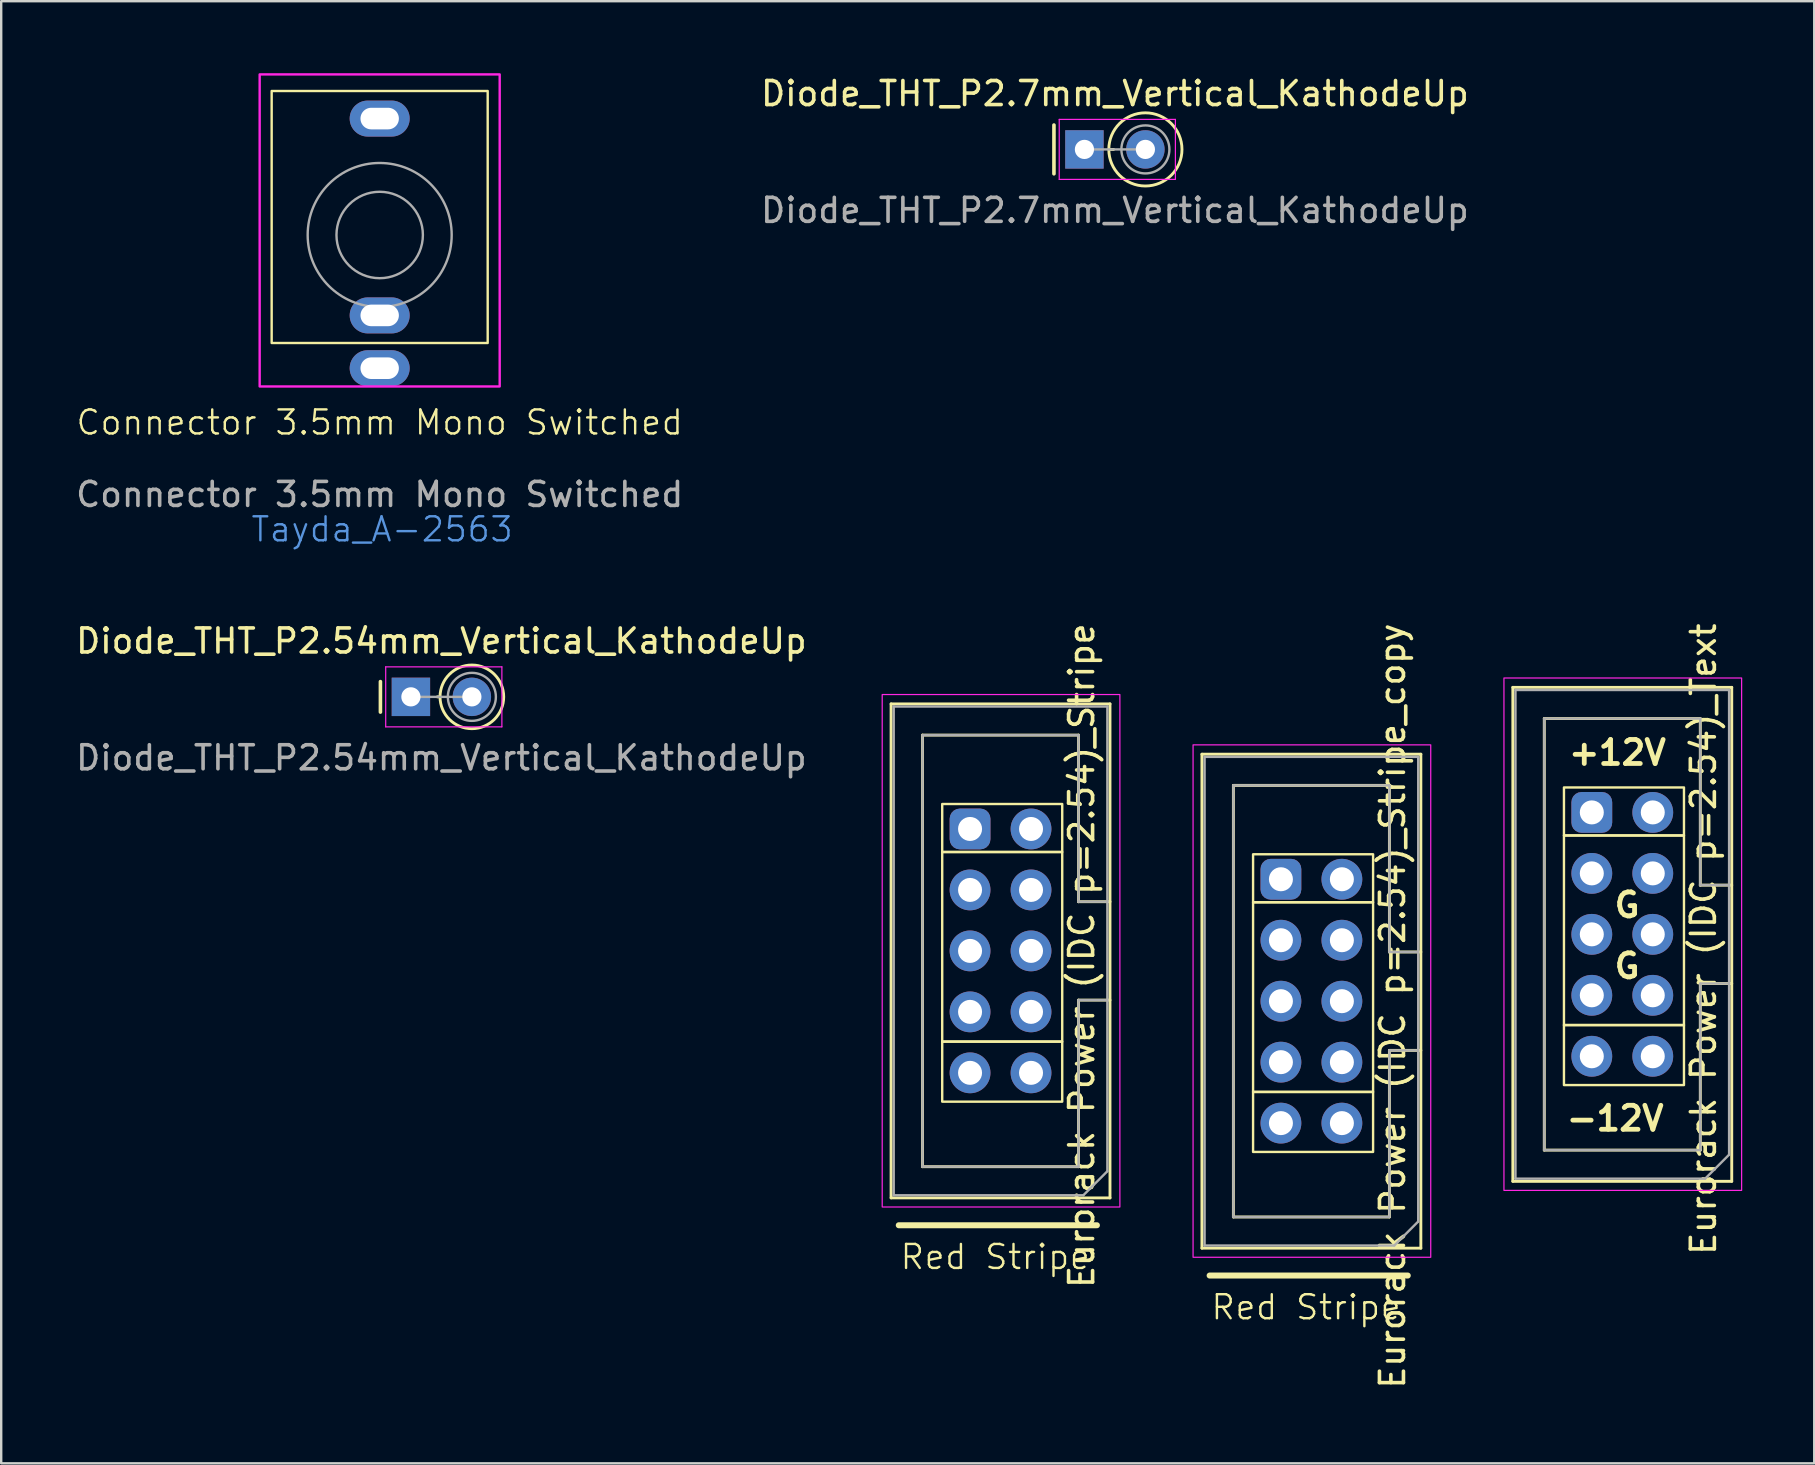
<source format=kicad_pcb>
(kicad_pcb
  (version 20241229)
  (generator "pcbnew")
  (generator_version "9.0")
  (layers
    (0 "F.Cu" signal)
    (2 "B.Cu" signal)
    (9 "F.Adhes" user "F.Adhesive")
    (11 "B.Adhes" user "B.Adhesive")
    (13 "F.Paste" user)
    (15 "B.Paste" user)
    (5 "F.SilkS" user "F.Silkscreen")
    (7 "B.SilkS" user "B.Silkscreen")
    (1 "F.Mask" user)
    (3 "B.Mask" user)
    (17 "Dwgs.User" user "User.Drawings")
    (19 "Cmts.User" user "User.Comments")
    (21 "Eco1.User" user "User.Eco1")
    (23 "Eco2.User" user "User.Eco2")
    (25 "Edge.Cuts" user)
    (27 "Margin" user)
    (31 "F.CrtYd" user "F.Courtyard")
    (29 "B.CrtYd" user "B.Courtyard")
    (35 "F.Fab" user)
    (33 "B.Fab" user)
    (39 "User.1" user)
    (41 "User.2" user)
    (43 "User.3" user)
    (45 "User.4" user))
  (footprint "Eurorack Power (IDC p=2.54)_Stripe"
    (layer "F.Cu")
    (at 38.204 31.486)
    (property "Reference" "Eurorack Power (IDC p=2.54)_Stripe" (at 3.81 5.28 270) (layer "F.SilkS") (effects (font (size 1 1) (thickness 0.15))))
    (attr through_hole)
    (fp_line (start -4.13 -5.21) (end 4.99 -5.21) (stroke (width 0.12) (type solid)) (layer "F.SilkS"))
    (fp_line (start -4.13 15.37) (end -4.13 -5.21) (stroke (width 0.12) (type solid)) (layer "F.SilkS"))
    (fp_line (start -3.81 16.51) (end 4.445 16.51) (stroke (width 0.25) (type default)) (layer "F.SilkS"))
    (fp_line (start -2.82 -3.91) (end 3.68 -3.91) (stroke (width 0.12) (type solid)) (layer "F.SilkS"))
    (fp_line (start -2.82 14.07) (end -2.82 -3.91) (stroke (width 0.12) (type solid)) (layer "F.SilkS"))
    (fp_line (start 3.68 -3.91) (end 3.68 3.03) (stroke (width 0.12) (type solid)) (layer "F.SilkS"))
    (fp_line (start 3.68 3.03) (end 3.68 3.03) (stroke (width 0.12) (type solid)) (layer "F.SilkS"))
    (fp_line (start 3.68 3.03) (end 4.99 3.03) (stroke (width 0.12) (type solid)) (layer "F.SilkS"))
    (fp_line (start 3.68 7.13) (end 3.68 14.07) (stroke (width 0.12) (type solid)) (layer "F.SilkS"))
    (fp_line (start 3.68 14.07) (end -2.82 14.07) (stroke (width 0.12) (type solid)) (layer "F.SilkS"))
    (fp_line (start 4.99 -5.21) (end 4.99 15.37) (stroke (width 0.12) (type solid)) (layer "F.SilkS"))
    (fp_line (start 4.99 7.13) (end 3.68 7.13) (stroke (width 0.12) (type solid)) (layer "F.SilkS"))
    (fp_line (start 4.99 15.37) (end -4.13 15.37) (stroke (width 0.12) (type solid)) (layer "F.SilkS"))
    (fp_rect (start 3 0.96) (end -2 -1.04) (stroke (width 0.1) (type default)) (fill no) (layer "F.SilkS"))
    (fp_rect (start 3 8.86) (end -2 0.96) (stroke (width 0.1) (type default)) (fill no) (layer "F.SilkS"))
    (fp_rect (start 3 11.36) (end -2 8.86) (stroke (width 0.1) (type default)) (fill no) (layer "F.SilkS"))
    (fp_rect (start -4.5 -5.6) (end 5.402 15.749) (stroke (width 0.05) (type default)) (fill no) (layer "F.CrtYd"))
    (fp_line (start -4.02 -5.1) (end 4.88 -5.1) (stroke (width 0.1) (type solid)) (layer "F.Fab"))
    (fp_line (start -4.02 15.26) (end -4.02 -5.1) (stroke (width 0.1) (type solid)) (layer "F.Fab"))
    (fp_line (start -2.82 -3.91) (end 3.68 -3.91) (stroke (width 0.1) (type solid)) (layer "F.Fab"))
    (fp_line (start -2.82 14.07) (end -2.82 -3.91) (stroke (width 0.1) (type solid)) (layer "F.Fab"))
    (fp_line (start 3.68 -3.91) (end 3.68 3.03) (stroke (width 0.1) (type solid)) (layer "F.Fab"))
    (fp_line (start 3.68 3.03) (end 3.68 3.03) (stroke (width 0.1) (type solid)) (layer "F.Fab"))
    (fp_line (start 3.68 3.03) (end 4.88 3.03) (stroke (width 0.1) (type solid)) (layer "F.Fab"))
    (fp_line (start 3.68 7.13) (end 3.68 14.07) (stroke (width 0.1) (type solid)) (layer "F.Fab"))
    (fp_line (start 3.68 14.07) (end -2.82 14.07) (stroke (width 0.1) (type solid)) (layer "F.Fab"))
    (fp_line (start 3.88 15.26) (end -4.02 15.26) (stroke (width 0.1) (type solid)) (layer "F.Fab"))
    (fp_line (start 4.88 -5.1) (end 4.88 14.26) (stroke (width 0.1) (type solid)) (layer "F.Fab"))
    (fp_line (start 4.88 7.13) (end 3.68 7.13) (stroke (width 0.1) (type solid)) (layer "F.Fab"))
    (fp_line (start 4.88 14.26) (end 3.88 15.26) (stroke (width 0.1) (type solid)) (layer "F.Fab"))
    (fp_text user "Red Stripe" (at -3.81 18.415 0) (unlocked yes) (layer "F.SilkS") (effects (font (size 1 1) (thickness 0.1)) (justify left bottom)))
    (pad "1" thru_hole roundrect (at -0.84 0 180) (size 1.7 1.7) (drill 1) (layers "*.Cu" "*.Mask") (roundrect_rratio 0.25))
    (pad "2" thru_hole circle (at 1.7 0 180) (size 1.7 1.7) (drill 1) (layers "*.Cu" "*.Mask"))
    (pad "3" thru_hole circle (at -0.84 2.54 180) (size 1.7 1.7) (drill 1) (layers "*.Cu" "*.Mask"))
    (pad "4" thru_hole circle (at 1.7 2.54 180) (size 1.7 1.7) (drill 1) (layers "*.Cu" "*.Mask"))
    (pad "5" thru_hole circle (at -0.84 5.08 180) (size 1.7 1.7) (drill 1) (layers "*.Cu" "*.Mask"))
    (pad "6" thru_hole circle (at 1.7 5.08 180) (size 1.7 1.7) (drill 1) (layers "*.Cu" "*.Mask"))
    (pad "7" thru_hole circle (at -0.84 7.62 180) (size 1.7 1.7) (drill 1) (layers "*.Cu" "*.Mask"))
    (pad "8" thru_hole circle (at 1.7 7.62 180) (size 1.7 1.7) (drill 1) (layers "*.Cu" "*.Mask"))
    (pad "9" thru_hole circle (at -0.84 10.16 180) (size 1.7 1.7) (drill 1) (layers "*.Cu" "*.Mask"))
    (pad "10" thru_hole circle (at 1.7 10.16 180) (size 1.7 1.7) (drill 1) (layers "*.Cu" "*.Mask")))
  (footprint "Eurorack Power (IDC p=2.54)_Text"
    (layer "F.Cu")
    (at 64.107 30.796)
    (property "Reference" "Eurorack Power (IDC p=2.54)_Text" (at 3.81 5.28 270) (layer "F.SilkS") (effects (font (size 1 1) (thickness 0.15))))
    (attr through_hole)
    (fp_line (start -4.13 -5.21) (end 4.99 -5.21) (stroke (width 0.12) (type solid)) (layer "F.SilkS"))
    (fp_line (start -4.13 15.37) (end -4.13 -5.21) (stroke (width 0.12) (type solid)) (layer "F.SilkS"))
    (fp_line (start -2.82 -3.91) (end 3.68 -3.91) (stroke (width 0.12) (type solid)) (layer "F.SilkS"))
    (fp_line (start -2.82 14.07) (end -2.82 -3.91) (stroke (width 0.12) (type solid)) (layer "F.SilkS"))
    (fp_line (start 3.68 -3.91) (end 3.68 3.03) (stroke (width 0.12) (type solid)) (layer "F.SilkS"))
    (fp_line (start 3.68 3.03) (end 3.68 3.03) (stroke (width 0.12) (type solid)) (layer "F.SilkS"))
    (fp_line (start 3.68 3.03) (end 4.99 3.03) (stroke (width 0.12) (type solid)) (layer "F.SilkS"))
    (fp_line (start 3.68 7.13) (end 3.68 14.07) (stroke (width 0.12) (type solid)) (layer "F.SilkS"))
    (fp_line (start 3.68 14.07) (end -2.82 14.07) (stroke (width 0.12) (type solid)) (layer "F.SilkS"))
    (fp_line (start 4.99 -5.21) (end 4.99 15.37) (stroke (width 0.12) (type solid)) (layer "F.SilkS"))
    (fp_line (start 4.99 7.13) (end 3.68 7.13) (stroke (width 0.12) (type solid)) (layer "F.SilkS"))
    (fp_line (start 4.99 15.37) (end -4.13 15.37) (stroke (width 0.12) (type solid)) (layer "F.SilkS"))
    (fp_rect (start 3 0.96) (end -2 -1.04) (stroke (width 0.1) (type default)) (fill no) (layer "F.SilkS"))
    (fp_rect (start 3 8.86) (end -2 0.96) (stroke (width 0.1) (type default)) (fill no) (layer "F.SilkS"))
    (fp_rect (start 3 11.36) (end -2 8.86) (stroke (width 0.1) (type default)) (fill no) (layer "F.SilkS"))
    (fp_rect (start -4.5 -5.6) (end 5.402 15.749) (stroke (width 0.05) (type default)) (fill no) (layer "F.CrtYd"))
    (fp_line (start -4.02 -5.1) (end 4.88 -5.1) (stroke (width 0.1) (type solid)) (layer "F.Fab"))
    (fp_line (start -4.02 15.26) (end -4.02 -5.1) (stroke (width 0.1) (type solid)) (layer "F.Fab"))
    (fp_line (start -2.82 -3.91) (end 3.68 -3.91) (stroke (width 0.1) (type solid)) (layer "F.Fab"))
    (fp_line (start -2.82 14.07) (end -2.82 -3.91) (stroke (width 0.1) (type solid)) (layer "F.Fab"))
    (fp_line (start 3.68 -3.91) (end 3.68 3.03) (stroke (width 0.1) (type solid)) (layer "F.Fab"))
    (fp_line (start 3.68 3.03) (end 3.68 3.03) (stroke (width 0.1) (type solid)) (layer "F.Fab"))
    (fp_line (start 3.68 3.03) (end 4.88 3.03) (stroke (width 0.1) (type solid)) (layer "F.Fab"))
    (fp_line (start 3.68 7.13) (end 3.68 14.07) (stroke (width 0.1) (type solid)) (layer "F.Fab"))
    (fp_line (start 3.68 14.07) (end -2.82 14.07) (stroke (width 0.1) (type solid)) (layer "F.Fab"))
    (fp_line (start 3.88 15.26) (end -4.02 15.26) (stroke (width 0.1) (type solid)) (layer "F.Fab"))
    (fp_line (start 4.88 -5.1) (end 4.88 14.26) (stroke (width 0.1) (type solid)) (layer "F.Fab"))
    (fp_line (start 4.88 7.13) (end 3.68 7.13) (stroke (width 0.1) (type solid)) (layer "F.Fab"))
    (fp_line (start 4.88 14.26) (end 3.88 15.26) (stroke (width 0.1) (type solid)) (layer "F.Fab"))
    (fp_text user "G" (at 0 6.985 0) (unlocked yes) (layer "F.SilkS") (effects (font (size 1 1) (thickness 0.2) (bold yes)) (justify left bottom)))
    (fp_text user "G" (at 0 4.445 0) (unlocked yes) (layer "F.SilkS") (effects (font (size 1 1) (thickness 0.2) (bold yes)) (justify left bottom)))
    (fp_text user "-12V" (at -2 13.335 0) (unlocked yes) (layer "F.SilkS") (effects (font (size 1 1) (thickness 0.2) (bold yes)) (justify left bottom)))
    (fp_text user "+12V" (at -1.905 -1.905 0) (unlocked yes) (layer "F.SilkS") (effects (font (size 1 1) (thickness 0.2) (bold yes)) (justify left bottom)))
    (pad "1" thru_hole roundrect (at -0.84 0 180) (size 1.7 1.7) (drill 1) (layers "*.Cu" "*.Mask") (roundrect_rratio 0.25))
    (pad "2" thru_hole circle (at 1.7 0 180) (size 1.7 1.7) (drill 1) (layers "*.Cu" "*.Mask"))
    (pad "3" thru_hole circle (at -0.84 2.54 180) (size 1.7 1.7) (drill 1) (layers "*.Cu" "*.Mask"))
    (pad "4" thru_hole circle (at 1.7 2.54 180) (size 1.7 1.7) (drill 1) (layers "*.Cu" "*.Mask"))
    (pad "5" thru_hole circle (at -0.84 5.08 180) (size 1.7 1.7) (drill 1) (layers "*.Cu" "*.Mask"))
    (pad "6" thru_hole circle (at 1.7 5.08 180) (size 1.7 1.7) (drill 1) (layers "*.Cu" "*.Mask"))
    (pad "7" thru_hole circle (at -0.84 7.62 180) (size 1.7 1.7) (drill 1) (layers "*.Cu" "*.Mask"))
    (pad "8" thru_hole circle (at 1.7 7.62 180) (size 1.7 1.7) (drill 1) (layers "*.Cu" "*.Mask"))
    (pad "9" thru_hole circle (at -0.84 10.16 180) (size 1.7 1.7) (drill 1) (layers "*.Cu" "*.Mask"))
    (pad "10" thru_hole circle (at 1.7 10.16 180) (size 1.7 1.7) (drill 1) (layers "*.Cu" "*.Mask")))
  (footprint "Diode_THT_P2.54mm_Vertical_KathodeUp"
    (layer "F.Cu")
    (at 14.069 25.982)
    (property "Reference" "Diode_THT_P2.54mm_Vertical_KathodeUp" (at 1.27 -2.326 0) (layer "F.SilkS") (effects (font (size 1 1) (thickness 0.15))))
    (attr through_hole)
    (fp_line (start -1.27 -0.635) (end -1.27 0.635) (stroke (width 0.15) (type default)) (layer "F.SilkS"))
    (fp_line (start 1.214 0) (end 1.1 0) (stroke (width 0.12) (type solid)) (layer "F.SilkS"))
    (fp_circle (center 2.54 0) (end 3.866 0) (stroke (width 0.12) (type solid)) (fill no) (layer "F.SilkS"))
    (fp_line (start -1.05 -1.25) (end -1.05 1.25) (stroke (width 0.05) (type solid)) (layer "F.CrtYd"))
    (fp_line (start -1.05 1.25) (end 3.79 1.25) (stroke (width 0.05) (type solid)) (layer "F.CrtYd"))
    (fp_line (start 3.79 -1.25) (end -1.05 -1.25) (stroke (width 0.05) (type solid)) (layer "F.CrtYd"))
    (fp_line (start 3.79 1.25) (end 3.79 -1.25) (stroke (width 0.05) (type solid)) (layer "F.CrtYd"))
    (fp_line (start 0 0) (end 2.54 0) (stroke (width 0.1) (type solid)) (layer "F.Fab"))
    (fp_circle (center 2.54 0) (end 3.54 0) (stroke (width 0.1) (type solid)) (fill no) (layer "F.Fab"))
    (fp_text user "${REFERENCE}" (at 1.27 2.54 0) (layer "F.Fab") (effects (font (size 1 1) (thickness 0.15))))
    (pad "1" thru_hole rect (at 0 0) (size 1.6 1.6) (drill 0.8) (layers "*.Cu" "*.Mask"))
    (pad "2" thru_hole oval (at 2.54 0) (size 1.6 1.6) (drill 0.8) (layers "*.Cu" "*.Mask")))
  (footprint "Eurorack Power (IDC p=2.54)_Stripe_copy"
    (layer "F.Cu")
    (at 51.155 33.581)
    (property "Reference" "Eurorack Power (IDC p=2.54)_Stripe_copy" (at 3.81 5.28 270) (layer "F.SilkS") (effects (font (size 1 1) (thickness 0.15))))
    (attr through_hole)
    (fp_line (start -4.13 -5.21) (end 4.99 -5.21) (stroke (width 0.12) (type solid)) (layer "F.SilkS"))
    (fp_line (start -4.13 15.37) (end -4.13 -5.21) (stroke (width 0.12) (type solid)) (layer "F.SilkS"))
    (fp_line (start -3.81 16.51) (end 4.445 16.51) (stroke (width 0.25) (type default)) (layer "F.SilkS"))
    (fp_line (start -2.82 -3.91) (end 3.68 -3.91) (stroke (width 0.12) (type solid)) (layer "F.SilkS"))
    (fp_line (start -2.82 14.07) (end -2.82 -3.91) (stroke (width 0.12) (type solid)) (layer "F.SilkS"))
    (fp_line (start 3.68 -3.91) (end 3.68 3.03) (stroke (width 0.12) (type solid)) (layer "F.SilkS"))
    (fp_line (start 3.68 3.03) (end 3.68 3.03) (stroke (width 0.12) (type solid)) (layer "F.SilkS"))
    (fp_line (start 3.68 3.03) (end 4.99 3.03) (stroke (width 0.12) (type solid)) (layer "F.SilkS"))
    (fp_line (start 3.68 7.13) (end 3.68 14.07) (stroke (width 0.12) (type solid)) (layer "F.SilkS"))
    (fp_line (start 3.68 14.07) (end -2.82 14.07) (stroke (width 0.12) (type solid)) (layer "F.SilkS"))
    (fp_line (start 4.99 -5.21) (end 4.99 15.37) (stroke (width 0.12) (type solid)) (layer "F.SilkS"))
    (fp_line (start 4.99 7.13) (end 3.68 7.13) (stroke (width 0.12) (type solid)) (layer "F.SilkS"))
    (fp_line (start 4.99 15.37) (end -4.13 15.37) (stroke (width 0.12) (type solid)) (layer "F.SilkS"))
    (fp_rect (start 3 0.96) (end -2 -1.04) (stroke (width 0.1) (type default)) (fill no) (layer "F.SilkS"))
    (fp_rect (start 3 8.86) (end -2 0.96) (stroke (width 0.1) (type default)) (fill no) (layer "F.SilkS"))
    (fp_rect (start 3 11.36) (end -2 8.86) (stroke (width 0.1) (type default)) (fill no) (layer "F.SilkS"))
    (fp_rect (start -4.5 -5.6) (end 5.402 15.749) (stroke (width 0.05) (type default)) (fill no) (layer "F.CrtYd"))
    (fp_line (start -4.02 -5.1) (end 4.88 -5.1) (stroke (width 0.1) (type solid)) (layer "F.Fab"))
    (fp_line (start -4.02 15.26) (end -4.02 -5.1) (stroke (width 0.1) (type solid)) (layer "F.Fab"))
    (fp_line (start -2.82 -3.91) (end 3.68 -3.91) (stroke (width 0.1) (type solid)) (layer "F.Fab"))
    (fp_line (start -2.82 14.07) (end -2.82 -3.91) (stroke (width 0.1) (type solid)) (layer "F.Fab"))
    (fp_line (start 3.68 -3.91) (end 3.68 3.03) (stroke (width 0.1) (type solid)) (layer "F.Fab"))
    (fp_line (start 3.68 3.03) (end 3.68 3.03) (stroke (width 0.1) (type solid)) (layer "F.Fab"))
    (fp_line (start 3.68 3.03) (end 4.88 3.03) (stroke (width 0.1) (type solid)) (layer "F.Fab"))
    (fp_line (start 3.68 7.13) (end 3.68 14.07) (stroke (width 0.1) (type solid)) (layer "F.Fab"))
    (fp_line (start 3.68 14.07) (end -2.82 14.07) (stroke (width 0.1) (type solid)) (layer "F.Fab"))
    (fp_line (start 3.88 15.26) (end -4.02 15.26) (stroke (width 0.1) (type solid)) (layer "F.Fab"))
    (fp_line (start 4.88 -5.1) (end 4.88 14.26) (stroke (width 0.1) (type solid)) (layer "F.Fab"))
    (fp_line (start 4.88 7.13) (end 3.68 7.13) (stroke (width 0.1) (type solid)) (layer "F.Fab"))
    (fp_line (start 4.88 14.26) (end 3.88 15.26) (stroke (width 0.1) (type solid)) (layer "F.Fab"))
    (fp_text user "Red Stripe" (at -3.81 18.415 0) (unlocked yes) (layer "F.SilkS") (effects (font (size 1 1) (thickness 0.1)) (justify left bottom)))
    (pad "1" thru_hole roundrect (at -0.84 0 180) (size 1.7 1.7) (drill 1) (layers "*.Cu" "*.Mask") (roundrect_rratio 0.25))
    (pad "2" thru_hole circle (at 1.7 0 180) (size 1.7 1.7) (drill 1) (layers "*.Cu" "*.Mask"))
    (pad "3" thru_hole circle (at -0.84 2.54 180) (size 1.7 1.7) (drill 1) (layers "*.Cu" "*.Mask"))
    (pad "4" thru_hole circle (at 1.7 2.54 180) (size 1.7 1.7) (drill 1) (layers "*.Cu" "*.Mask"))
    (pad "5" thru_hole circle (at -0.84 5.08 180) (size 1.7 1.7) (drill 1) (layers "*.Cu" "*.Mask"))
    (pad "6" thru_hole circle (at 1.7 5.08 180) (size 1.7 1.7) (drill 1) (layers "*.Cu" "*.Mask"))
    (pad "7" thru_hole circle (at -0.84 7.62 180) (size 1.7 1.7) (drill 1) (layers "*.Cu" "*.Mask"))
    (pad "8" thru_hole circle (at 1.7 7.62 180) (size 1.7 1.7) (drill 1) (layers "*.Cu" "*.Mask"))
    (pad "9" thru_hole circle (at -0.84 10.16 180) (size 1.7 1.7) (drill 1) (layers "*.Cu" "*.Mask"))
    (pad "10" thru_hole circle (at 1.7 10.16 180) (size 1.7 1.7) (drill 1) (layers "*.Cu" "*.Mask")))
  (footprint "Connector 3.5mm Mono Switched"
    (layer "F.Cu")
    (at 12.768 15.05)
    (property "Reference" "Connector 3.5mm Mono Switched" (at 0 -0.5 0) (unlocked yes) (layer "F.SilkS") (effects (font (size 1 1) (thickness 0.1))))
    (attr through_hole)
    (fp_rect (start -4.5 -14.31) (end 4.5 -3.81) (stroke (width 0.1) (type default)) (fill no) (layer "F.SilkS"))
    (fp_rect (start -5 -15) (end 5 -2) (stroke (width 0.1) (type default)) (fill no) (layer "F.CrtYd"))
    (fp_circle (center 0 -8.31) (end 1.8 -8.31) (stroke (width 0.1) (type solid)) (fill no) (layer "F.Fab"))
    (fp_circle (center 0 -8.31) (end 3 -8.31) (stroke (width 0.1) (type solid)) (fill no) (layer "F.Fab"))
    (fp_text user "Tayda_A-2563" (at -5.417 4.537 0) (unlocked yes) (layer "Cmts.User") (effects (font (size 1 1) (thickness 0.1)) (justify left bottom)))
    (fp_text user "${REFERENCE}" (at 0 2.5 0) (unlocked yes) (layer "F.Fab") (effects (font (size 1 1) (thickness 0.15))))
    (pad "1" thru_hole oval (at 0 -2.76 90) (size 1.5 2.5) (drill oval 0.9 1.6) (layers "*.Cu" "*.Mask"))
    (pad "2" thru_hole oval (at 0 -4.96 90) (size 1.5 2.5) (drill oval 0.9 1.6) (layers "*.Cu" "*.Mask"))
    (pad "3" thru_hole oval (at 0 -13.16 90) (size 1.5 2.5) (drill oval 0.9 1.6) (layers "*.Cu" "*.Mask")))
  (footprint "Diode_THT_P2.7mm_Vertical_KathodeUp"
    (layer "F.Cu")
    (at 42.129 3.175)
    (property "Reference" "Diode_THT_P2.7mm_Vertical_KathodeUp" (at 1.27 -2.326 0) (layer "F.SilkS") (effects (font (size 1 1) (thickness 0.15))))
    (attr through_hole)
    (fp_line (start -1.27 -1.016) (end -1.27 1.016) (stroke (width 0.15) (type default)) (layer "F.SilkS"))
    (fp_line (start 1.214 0) (end 1.1 0) (stroke (width 0.12) (type solid)) (layer "F.SilkS"))
    (fp_circle (center 2.54 0) (end 4.064 0) (stroke (width 0.12) (type solid)) (fill no) (layer "F.SilkS"))
    (fp_line (start -1.05 -1.25) (end -1.05 1.25) (stroke (width 0.05) (type solid)) (layer "F.CrtYd"))
    (fp_line (start -1.05 1.25) (end 3.79 1.25) (stroke (width 0.05) (type solid)) (layer "F.CrtYd"))
    (fp_line (start 3.79 -1.25) (end -1.05 -1.25) (stroke (width 0.05) (type solid)) (layer "F.CrtYd"))
    (fp_line (start 3.79 1.25) (end 3.79 -1.25) (stroke (width 0.05) (type solid)) (layer "F.CrtYd"))
    (fp_line (start 0 0) (end 2.54 0) (stroke (width 0.1) (type solid)) (layer "F.Fab"))
    (fp_circle (center 2.54 0) (end 3.54 0) (stroke (width 0.1) (type solid)) (fill no) (layer "F.Fab"))
    (fp_text user "${REFERENCE}" (at 1.27 2.54 0) (layer "F.Fab") (effects (font (size 1 1) (thickness 0.15))))
    (pad "1" thru_hole rect (at 0 0) (size 1.6 1.6) (drill 0.8) (layers "*.Cu" "*.Mask"))
    (pad "2" thru_hole oval (at 2.54 0) (size 1.6 1.6) (drill 0.8) (layers "*.Cu" "*.Mask")))
  (gr_rect
    (start -3 -3)
    (end 72.534 57.915)
    (stroke (width 0.1) (type default))
    (fill no)
    (layer "Edge.Cuts")))
</source>
